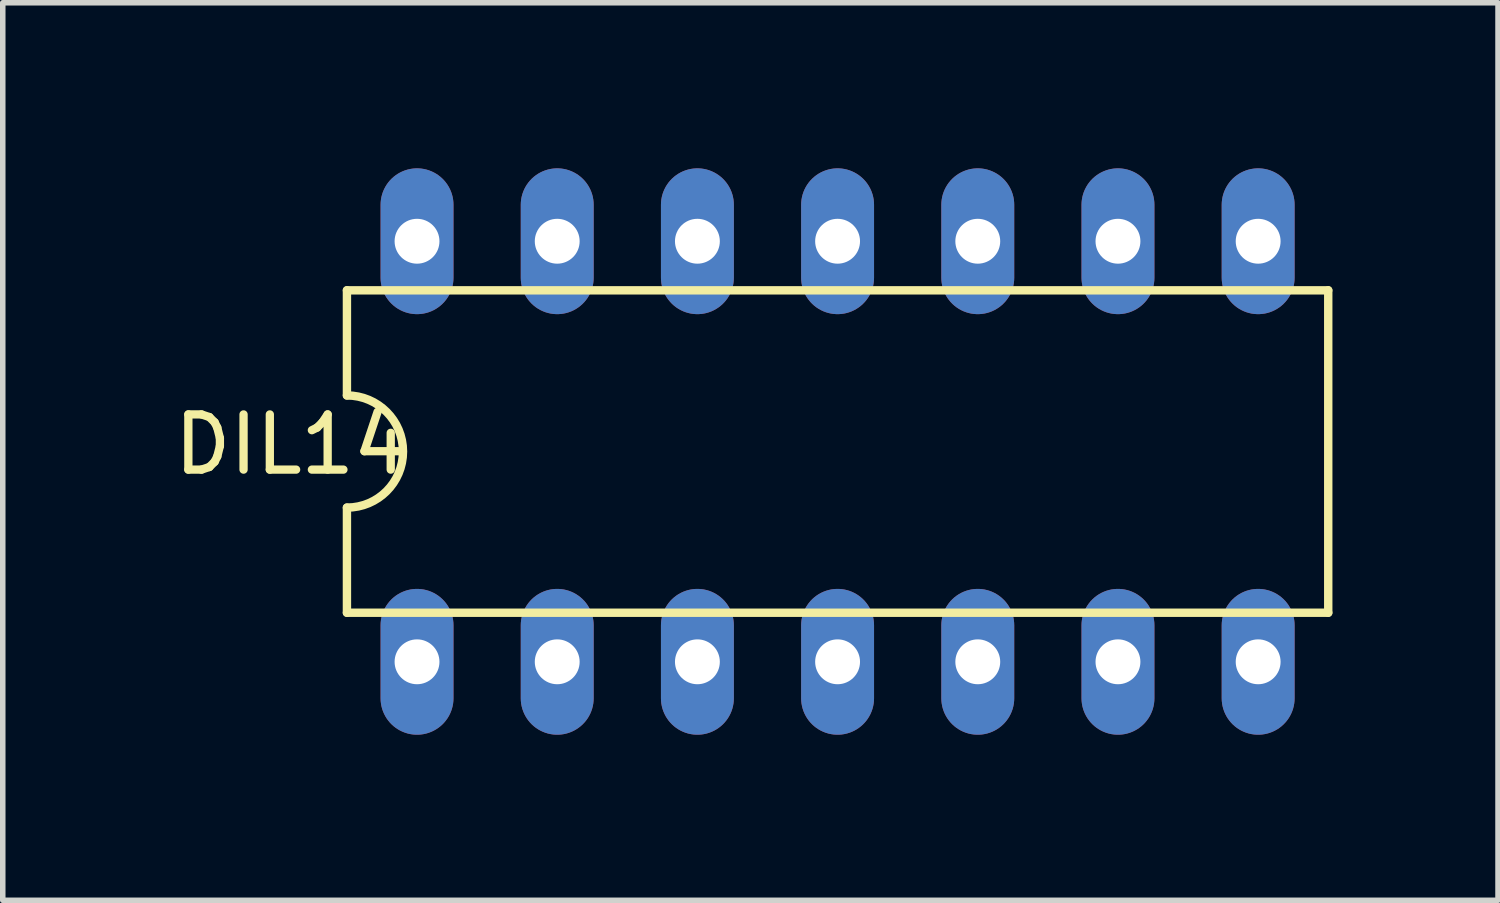
<source format=kicad_pcb>
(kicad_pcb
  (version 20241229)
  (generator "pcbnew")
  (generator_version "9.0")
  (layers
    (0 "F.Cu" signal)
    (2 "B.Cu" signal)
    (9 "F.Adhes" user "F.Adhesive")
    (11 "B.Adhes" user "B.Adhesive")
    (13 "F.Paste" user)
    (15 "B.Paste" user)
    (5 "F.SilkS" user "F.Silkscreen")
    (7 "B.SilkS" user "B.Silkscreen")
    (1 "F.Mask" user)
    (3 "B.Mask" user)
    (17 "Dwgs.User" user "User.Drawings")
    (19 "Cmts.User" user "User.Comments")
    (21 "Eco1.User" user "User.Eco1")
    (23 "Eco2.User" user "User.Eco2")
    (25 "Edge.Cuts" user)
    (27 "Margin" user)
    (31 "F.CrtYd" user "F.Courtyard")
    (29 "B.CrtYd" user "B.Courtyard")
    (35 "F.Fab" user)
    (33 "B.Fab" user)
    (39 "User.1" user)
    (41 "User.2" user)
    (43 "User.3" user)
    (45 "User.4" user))
  (footprint "DIL14"
    (layer "F.Cu")
    (at 12.126 5.131)
    (property "Reference" "DIL14" (at -9.906 -0.127 180) (layer "F.SilkS") (effects (font (size 1 1) (thickness 0.15))))
    (attr through_hole)
    (fp_line (start -8.89 -2.921) (end -8.89 -1.016) (stroke (width 0.152) (type solid)) (layer "F.SilkS"))
    (fp_line (start -8.89 2.921) (end -8.89 1.016) (stroke (width 0.152) (type solid)) (layer "F.SilkS"))
    (fp_line (start -8.89 2.921) (end 8.89 2.921) (stroke (width 0.152) (type solid)) (layer "F.SilkS"))
    (fp_line (start 8.89 -2.921) (end -8.89 -2.921) (stroke (width 0.152) (type solid)) (layer "F.SilkS"))
    (fp_line (start 8.89 -2.921) (end 8.89 2.921) (stroke (width 0.152) (type solid)) (layer "F.SilkS"))
    (fp_arc (start -8.89 -1.016) (mid -7.874 0) (end -8.89 1.016) (stroke (width 0.1524) (type solid)) (layer "F.SilkS"))
    (pad "1" thru_hole oval (at -7.62 3.81) (size 1.321 2.642) (drill 0.813) (layers "*.Cu" "*.Mask"))
    (pad "2" thru_hole oval (at -5.08 3.81) (size 1.321 2.642) (drill 0.813) (layers "*.Cu" "*.Mask"))
    (pad "3" thru_hole oval (at -2.54 3.81) (size 1.321 2.642) (drill 0.813) (layers "*.Cu" "*.Mask"))
    (pad "4" thru_hole oval (at 0 3.81) (size 1.321 2.642) (drill 0.813) (layers "*.Cu" "*.Mask"))
    (pad "5" thru_hole oval (at 2.54 3.81) (size 1.321 2.642) (drill 0.813) (layers "*.Cu" "*.Mask"))
    (pad "6" thru_hole oval (at 5.08 3.81) (size 1.321 2.642) (drill 0.813) (layers "*.Cu" "*.Mask"))
    (pad "7" thru_hole oval (at 7.62 3.81) (size 1.321 2.642) (drill 0.813) (layers "*.Cu" "*.Mask"))
    (pad "8" thru_hole oval (at 7.62 -3.81) (size 1.321 2.642) (drill 0.813) (layers "*.Cu" "*.Mask"))
    (pad "9" thru_hole oval (at 5.08 -3.81) (size 1.321 2.642) (drill 0.813) (layers "*.Cu" "*.Mask"))
    (pad "10" thru_hole oval (at 2.54 -3.81) (size 1.321 2.642) (drill 0.813) (layers "*.Cu" "*.Mask"))
    (pad "11" thru_hole oval (at 0 -3.81) (size 1.321 2.642) (drill 0.813) (layers "*.Cu" "*.Mask"))
    (pad "12" thru_hole oval (at -2.54 -3.81) (size 1.321 2.642) (drill 0.813) (layers "*.Cu" "*.Mask"))
    (pad "13" thru_hole oval (at -5.08 -3.81) (size 1.321 2.642) (drill 0.813) (layers "*.Cu" "*.Mask"))
    (pad "14" thru_hole oval (at -7.62 -3.81) (size 1.321 2.642) (drill 0.813) (layers "*.Cu" "*.Mask")))
  (gr_rect
    (start -3 -3)
    (end 24.092 13.262)
    (stroke (width 0.1) (type default))
    (fill no)
    (layer "Edge.Cuts")))
</source>
